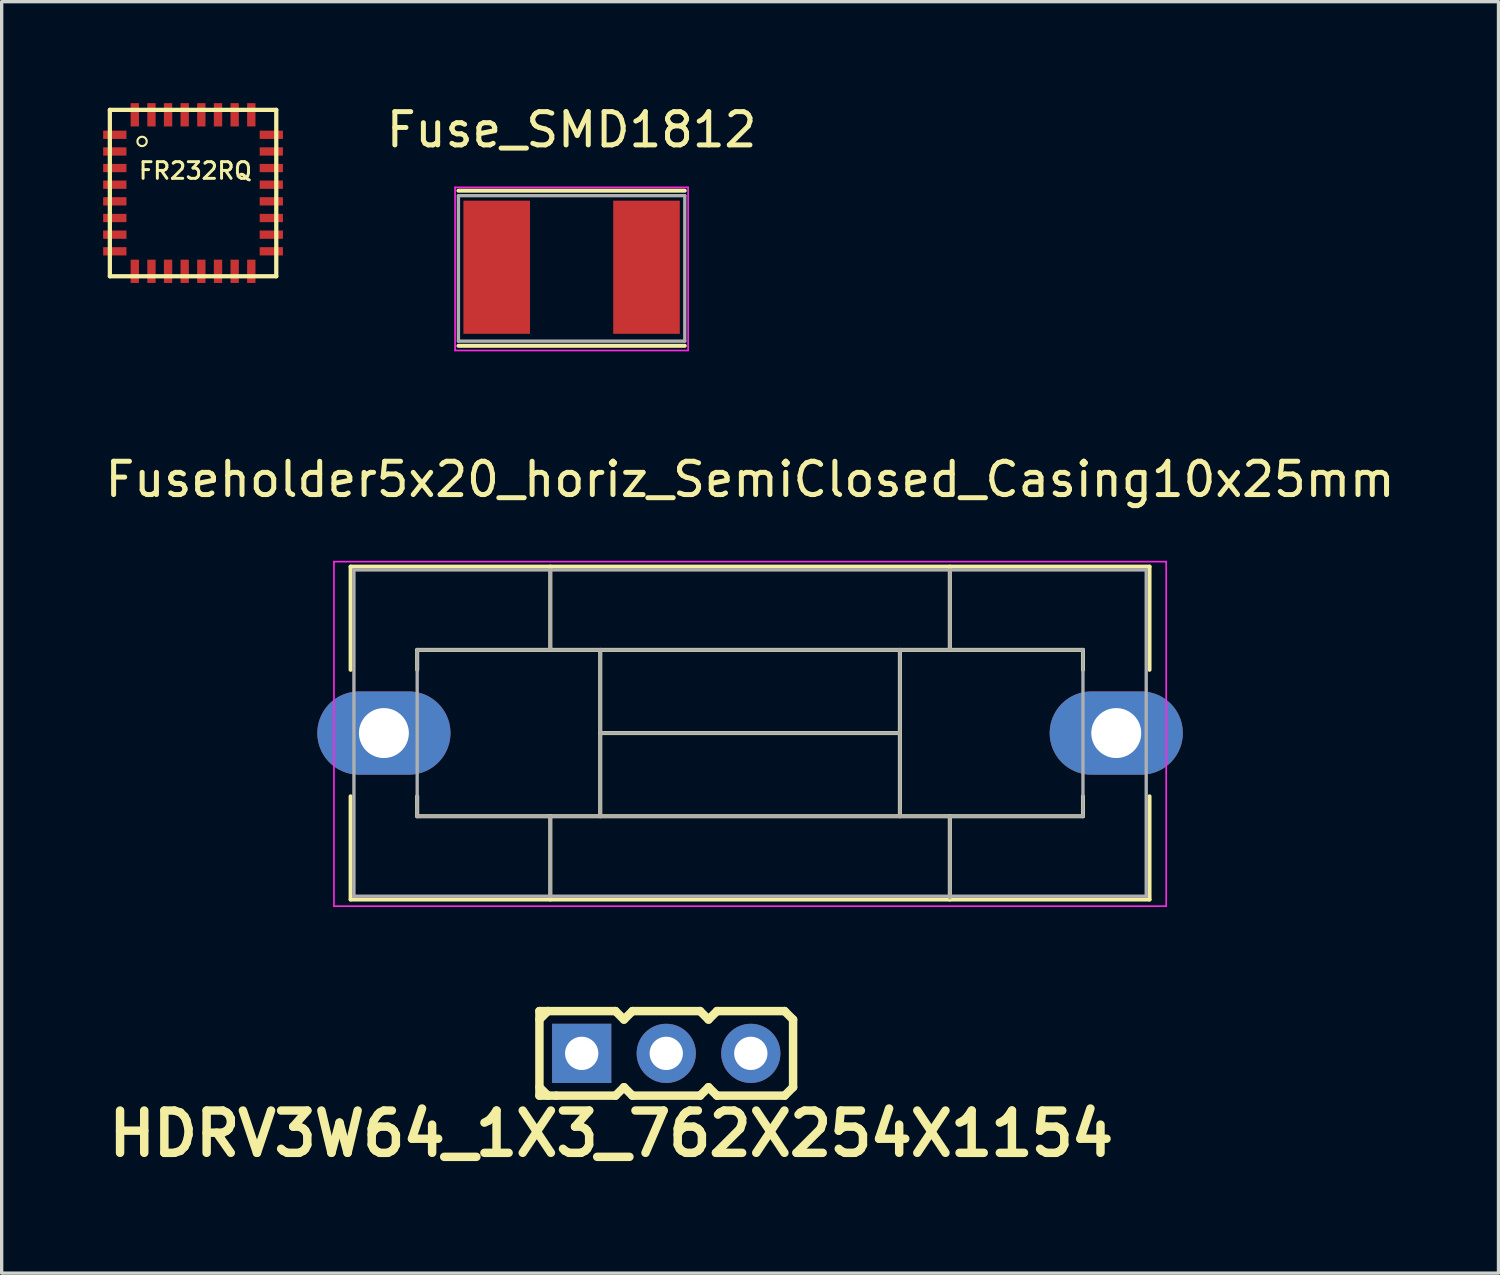
<source format=kicad_pcb>
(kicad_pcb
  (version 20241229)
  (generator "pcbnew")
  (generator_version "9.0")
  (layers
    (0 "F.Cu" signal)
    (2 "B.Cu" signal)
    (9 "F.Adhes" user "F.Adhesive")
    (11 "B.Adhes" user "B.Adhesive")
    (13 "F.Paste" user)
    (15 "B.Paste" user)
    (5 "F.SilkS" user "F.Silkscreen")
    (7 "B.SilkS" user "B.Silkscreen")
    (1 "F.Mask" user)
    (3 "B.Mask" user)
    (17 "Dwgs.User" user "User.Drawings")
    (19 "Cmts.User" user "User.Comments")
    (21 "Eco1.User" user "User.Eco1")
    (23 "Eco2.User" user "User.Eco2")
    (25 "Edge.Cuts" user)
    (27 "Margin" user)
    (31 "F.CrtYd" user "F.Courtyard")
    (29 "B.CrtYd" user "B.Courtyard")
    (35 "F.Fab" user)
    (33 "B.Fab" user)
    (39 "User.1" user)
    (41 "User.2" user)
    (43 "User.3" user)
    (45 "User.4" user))
  (footprint "Fuseholder5x20_horiz_SemiClosed_Casing10x25mm"
    (layer "F.Cu")
    (at 8.482 18.971)
    (property "Reference" "Fuseholder5x20_horiz_SemiClosed_Casing10x25mm" (at 11 -7.62 0) (layer "F.SilkS") (effects (font (size 1 1) (thickness 0.15))))
    (attr through_hole)
    (fp_line (start -1 -5) (end -1 -1.9) (stroke (width 0.12) (type solid)) (layer "F.SilkS"))
    (fp_line (start -1 1.9) (end -1 5) (stroke (width 0.12) (type solid)) (layer "F.SilkS"))
    (fp_line (start -1 5) (end 23 5) (stroke (width 0.12) (type solid)) (layer "F.SilkS"))
    (fp_line (start 1 -2.5) (end 1 -1.9) (stroke (width 0.12) (type solid)) (layer "F.SilkS"))
    (fp_line (start 1 1.9) (end 1 2.5) (stroke (width 0.12) (type solid)) (layer "F.SilkS"))
    (fp_line (start 1 2.5) (end 21 2.5) (stroke (width 0.12) (type solid)) (layer "F.SilkS"))
    (fp_line (start 5 -2.5) (end 5 -5) (stroke (width 0.12) (type solid)) (layer "F.SilkS"))
    (fp_line (start 5 5) (end 5 2.5) (stroke (width 0.12) (type solid)) (layer "F.SilkS"))
    (fp_line (start 6.5 -2.5) (end 6.5 2.5) (stroke (width 0.12) (type solid)) (layer "F.SilkS"))
    (fp_line (start 6.5 0) (end 15.5 0) (stroke (width 0.12) (type solid)) (layer "F.SilkS"))
    (fp_line (start 15.5 -2.5) (end 15.5 2.5) (stroke (width 0.12) (type solid)) (layer "F.SilkS"))
    (fp_line (start 17 -5) (end 17 -2.5) (stroke (width 0.12) (type solid)) (layer "F.SilkS"))
    (fp_line (start 17 5) (end 17 2.5) (stroke (width 0.12) (type solid)) (layer "F.SilkS"))
    (fp_line (start 21 -2.5) (end 1 -2.5) (stroke (width 0.12) (type solid)) (layer "F.SilkS"))
    (fp_line (start 21 -1.9) (end 21 -2.5) (stroke (width 0.12) (type solid)) (layer "F.SilkS"))
    (fp_line (start 21 2.5) (end 21 1.9) (stroke (width 0.12) (type solid)) (layer "F.SilkS"))
    (fp_line (start 23 -5) (end -1 -5) (stroke (width 0.12) (type solid)) (layer "F.SilkS"))
    (fp_line (start 23 -1.9) (end 23 -5) (stroke (width 0.12) (type solid)) (layer "F.SilkS"))
    (fp_line (start 23 5) (end 23 1.9) (stroke (width 0.12) (type solid)) (layer "F.SilkS"))
    (fp_line (start -1.5 -5.15) (end -1.5 5.2) (stroke (width 0.05) (type solid)) (layer "F.CrtYd"))
    (fp_line (start -1.5 -5.15) (end 23.5 -5.15) (stroke (width 0.05) (type solid)) (layer "F.CrtYd"))
    (fp_line (start 23.5 5.2) (end -1.5 5.2) (stroke (width 0.05) (type solid)) (layer "F.CrtYd"))
    (fp_line (start 23.5 5.2) (end 23.5 -5.15) (stroke (width 0.05) (type solid)) (layer "F.CrtYd"))
    (fp_line (start -0.9 -4.9) (end -0.9 4.9) (stroke (width 0.1) (type solid)) (layer "F.Fab"))
    (fp_line (start -0.9 4.9) (end 22.9 4.9) (stroke (width 0.1) (type solid)) (layer "F.Fab"))
    (fp_line (start 1 -2.5) (end 1 2.5) (stroke (width 0.1) (type solid)) (layer "F.Fab"))
    (fp_line (start 1 2.5) (end 21 2.5) (stroke (width 0.1) (type solid)) (layer "F.Fab"))
    (fp_line (start 5 -4.9) (end 5 -2.5) (stroke (width 0.1) (type solid)) (layer "F.Fab"))
    (fp_line (start 5 2.5) (end 5 4.9) (stroke (width 0.1) (type solid)) (layer "F.Fab"))
    (fp_line (start 6.5 -2.5) (end 6.5 2.5) (stroke (width 0.1) (type solid)) (layer "F.Fab"))
    (fp_line (start 6.5 0) (end 15.5 0) (stroke (width 0.1) (type solid)) (layer "F.Fab"))
    (fp_line (start 15.5 -2.5) (end 15.5 2.5) (stroke (width 0.1) (type solid)) (layer "F.Fab"))
    (fp_line (start 17 -2.5) (end 17 -4.9) (stroke (width 0.1) (type solid)) (layer "F.Fab"))
    (fp_line (start 17 2.5) (end 17 4.95) (stroke (width 0.1) (type solid)) (layer "F.Fab"))
    (fp_line (start 21 -2.5) (end 1 -2.5) (stroke (width 0.1) (type solid)) (layer "F.Fab"))
    (fp_line (start 21 2.5) (end 21 -2.5) (stroke (width 0.1) (type solid)) (layer "F.Fab"))
    (fp_line (start 22.9 -4.9) (end -0.9 -4.9) (stroke (width 0.1) (type solid)) (layer "F.Fab"))
    (fp_line (start 22.9 4.9) (end 22.9 -4.9) (stroke (width 0.1) (type solid)) (layer "F.Fab"))
    (pad "1" thru_hole oval (at 0 0 270) (size 2.5 4) (drill 1.5) (layers "*.Cu" "*.Mask"))
    (pad "2" thru_hole oval (at 22 0 270) (size 2.5 4) (drill 1.5) (layers "*.Cu" "*.Mask")))
  (footprint "HDRV3W64_1X3_762X254X1154"
    (layer "F.Cu")
    (at 16.964 28.593)
    (property "Reference" "HDRV3W64_1X3_762X254X1154" (at -1.651 2.413 0) (layer "F.SilkS") (effects (font (size 1.27 1.27) (thickness 0.254))))
    (attr smd)
    (fp_line (start -3.81 -1.27) (end -3.81 1.27) (stroke (width 0.254) (type solid)) (layer "F.SilkS"))
    (fp_line (start -3.81 -1.27) (end -3.556 -1.27) (stroke (width 0.254) (type solid)) (layer "F.SilkS"))
    (fp_line (start -3.81 -1.016) (end -3.556 -1.27) (stroke (width 0.254) (type solid)) (layer "F.SilkS"))
    (fp_line (start -3.556 -1.27) (end -1.524 -1.27) (stroke (width 0.254) (type solid)) (layer "F.SilkS"))
    (fp_line (start -3.556 1.27) (end -3.81 1.016) (stroke (width 0.254) (type solid)) (layer "F.SilkS"))
    (fp_line (start -3.302 1.27) (end -3.81 1.27) (stroke (width 0.254) (type solid)) (layer "F.SilkS"))
    (fp_line (start -1.524 -1.27) (end -1.27 -1.016) (stroke (width 0.254) (type solid)) (layer "F.SilkS"))
    (fp_line (start -1.524 1.27) (end -3.302 1.27) (stroke (width 0.254) (type solid)) (layer "F.SilkS"))
    (fp_line (start -1.27 -1.016) (end -1.016 -1.27) (stroke (width 0.254) (type solid)) (layer "F.SilkS"))
    (fp_line (start -1.27 1.016) (end -1.524 1.27) (stroke (width 0.254) (type solid)) (layer "F.SilkS"))
    (fp_line (start -1.016 -1.27) (end 1.016 -1.27) (stroke (width 0.254) (type solid)) (layer "F.SilkS"))
    (fp_line (start -1.016 1.27) (end -1.27 1.016) (stroke (width 0.254) (type solid)) (layer "F.SilkS"))
    (fp_line (start 1.016 -1.27) (end 1.27 -1.016) (stroke (width 0.254) (type solid)) (layer "F.SilkS"))
    (fp_line (start 1.016 1.27) (end -1.016 1.27) (stroke (width 0.254) (type solid)) (layer "F.SilkS"))
    (fp_line (start 1.016 1.27) (end 1.27 1.016) (stroke (width 0.254) (type solid)) (layer "F.SilkS"))
    (fp_line (start 1.27 -1.016) (end 1.524 -1.27) (stroke (width 0.254) (type solid)) (layer "F.SilkS"))
    (fp_line (start 1.27 1.016) (end 1.524 1.27) (stroke (width 0.254) (type solid)) (layer "F.SilkS"))
    (fp_line (start 1.524 -1.27) (end 3.556 -1.27) (stroke (width 0.254) (type solid)) (layer "F.SilkS"))
    (fp_line (start 3.556 -1.27) (end 3.81 -1.016) (stroke (width 0.254) (type solid)) (layer "F.SilkS"))
    (fp_line (start 3.556 1.27) (end 1.524 1.27) (stroke (width 0.254) (type solid)) (layer "F.SilkS"))
    (fp_line (start 3.81 -1.016) (end 3.81 1.016) (stroke (width 0.254) (type solid)) (layer "F.SilkS"))
    (fp_line (start 3.81 1.016) (end 3.556 1.27) (stroke (width 0.254) (type solid)) (layer "F.SilkS"))
    (pad "1" thru_hole rect (at -2.54 0) (size 1.778 1.778) (drill 1) (layers "*.Cu" "*.Mask"))
    (pad "2" thru_hole circle (at 0 0) (size 1.778 1.778) (drill 1) (layers "*.Cu" "*.Mask"))
    (pad "3" thru_hole circle (at 2.54 0) (size 1.778 1.778) (drill 1) (layers "*.Cu" "*.Mask")))
  (footprint "Fuse_SMD1812"
    (layer "F.Cu")
    (at 14.121 4.978)
    (property "Reference" "Fuse_SMD1812" (at 0 -4.13 0) (layer "F.SilkS") (effects (font (size 1 1) (thickness 0.15))))
    (attr smd)
    (fp_line (start -3.4 -2.3) (end 3.4 -2.3) (stroke (width 0.12) (type solid)) (layer "F.SilkS"))
    (fp_line (start -3.4 2.36) (end 3.4 2.36) (stroke (width 0.12) (type solid)) (layer "F.SilkS"))
    (fp_line (start -3.5 -2.4) (end -3.5 2.5) (stroke (width 0.05) (type solid)) (layer "F.CrtYd"))
    (fp_line (start -3.5 -2.4) (end 3.5 -2.4) (stroke (width 0.05) (type solid)) (layer "F.CrtYd"))
    (fp_line (start -3.5 2.5) (end 3.5 2.5) (stroke (width 0.05) (type solid)) (layer "F.CrtYd"))
    (fp_line (start 3.5 -2.4) (end 3.5 2.5) (stroke (width 0.05) (type solid)) (layer "F.CrtYd"))
    (fp_line (start -3.4 -2.15) (end 3.4 -2.15) (stroke (width 0.1) (type solid)) (layer "F.Fab"))
    (fp_line (start -3.4 2.22) (end -3.4 -2.15) (stroke (width 0.1) (type solid)) (layer "F.Fab"))
    (fp_line (start 3.4 -2.15) (end 3.4 2.22) (stroke (width 0.1) (type solid)) (layer "F.Fab"))
    (fp_line (start 3.4 2.22) (end -3.4 2.22) (stroke (width 0.1) (type solid)) (layer "F.Fab"))
    (pad "1" smd rect (at -2.25 0 90) (size 4 2) (layers "F.Cu" "F.Mask" "F.Paste"))
    (pad "2" smd rect (at 2.25 0 90) (size 4 2) (layers "F.Cu" "F.Mask" "F.Paste")))
  (footprint "FR232RQ"
    (layer "F.Cu")
    (at 0.25 0.25)
    (property "Reference" "FR232RQ" (at 2.57 1.83 0) (layer "F.SilkS") (effects (font (size 0.5 0.5) (thickness 0.089))))
    (attr smd)
    (fp_line (start 0 0) (end 4.999 0) (stroke (width 0.127) (type solid)) (layer "F.SilkS"))
    (fp_line (start 0 4.999) (end 0 0) (stroke (width 0.127) (type solid)) (layer "F.SilkS"))
    (fp_line (start 4.999 0) (end 4.999 4.999) (stroke (width 0.127) (type solid)) (layer "F.SilkS"))
    (fp_line (start 4.999 4.999) (end 0 4.999) (stroke (width 0.127) (type solid)) (layer "F.SilkS"))
    (fp_circle (center 0.968 0.948) (end 1.067 1.047) (stroke (width 0.064) (type solid)) (fill no) (layer "F.SilkS"))
    (pad "1" smd rect (at 0.149 0.749) (size 0.7 0.249) (layers "F.Cu" "F.Mask" "F.Paste"))
    (pad "2" smd rect (at 0.149 1.25) (size 0.7 0.249) (layers "F.Cu" "F.Mask" "F.Paste"))
    (pad "3" smd rect (at 0.149 1.748) (size 0.7 0.249) (layers "F.Cu" "F.Mask" "F.Paste"))
    (pad "4" smd rect (at 0.149 2.248) (size 0.7 0.249) (layers "F.Cu" "F.Mask" "F.Paste"))
    (pad "5" smd rect (at 0.149 2.748) (size 0.7 0.249) (layers "F.Cu" "F.Mask" "F.Paste"))
    (pad "6" smd rect (at 0.149 3.249) (size 0.7 0.249) (layers "F.Cu" "F.Mask" "F.Paste"))
    (pad "7" smd rect (at 0.149 3.749) (size 0.7 0.249) (layers "F.Cu" "F.Mask" "F.Paste"))
    (pad "8" smd rect (at 0.149 4.249) (size 0.7 0.249) (layers "F.Cu" "F.Mask" "F.Paste"))
    (pad "9" smd rect (at 0.749 4.85) (size 0.25 0.7) (layers "F.Cu" "F.Mask" "F.Paste"))
    (pad "10" smd rect (at 1.25 4.85) (size 0.25 0.7) (layers "F.Cu" "F.Mask" "F.Paste"))
    (pad "11" smd rect (at 1.748 4.85) (size 0.25 0.7) (layers "F.Cu" "F.Mask" "F.Paste"))
    (pad "12" smd rect (at 2.248 4.85) (size 0.25 0.7) (layers "F.Cu" "F.Mask" "F.Paste"))
    (pad "13" smd rect (at 2.748 4.85) (size 0.25 0.7) (layers "F.Cu" "F.Mask" "F.Paste"))
    (pad "14" smd rect (at 3.249 4.85) (size 0.25 0.7) (layers "F.Cu" "F.Mask" "F.Paste"))
    (pad "15" smd rect (at 3.749 4.85) (size 0.25 0.7) (layers "F.Cu" "F.Mask" "F.Paste"))
    (pad "16" smd rect (at 4.249 4.85) (size 0.25 0.7) (layers "F.Cu" "F.Mask" "F.Paste"))
    (pad "17" smd rect (at 4.85 4.249) (size 0.698 0.249) (layers "F.Cu" "F.Mask" "F.Paste"))
    (pad "18" smd rect (at 4.85 3.749) (size 0.698 0.249) (layers "F.Cu" "F.Mask" "F.Paste"))
    (pad "19" smd rect (at 4.85 3.249) (size 0.698 0.249) (layers "F.Cu" "F.Mask" "F.Paste"))
    (pad "20" smd rect (at 4.85 2.748) (size 0.698 0.249) (layers "F.Cu" "F.Mask" "F.Paste"))
    (pad "21" smd rect (at 4.85 2.248) (size 0.698 0.249) (layers "F.Cu" "F.Mask" "F.Paste"))
    (pad "22" smd rect (at 4.85 1.748) (size 0.698 0.249) (layers "F.Cu" "F.Mask" "F.Paste"))
    (pad "23" smd rect (at 4.85 1.25) (size 0.698 0.249) (layers "F.Cu" "F.Mask" "F.Paste"))
    (pad "24" smd rect (at 4.85 0.749) (size 0.698 0.249) (layers "F.Cu" "F.Mask" "F.Paste"))
    (pad "25" smd rect (at 4.249 0.149) (size 0.25 0.7) (layers "F.Cu" "F.Mask" "F.Paste"))
    (pad "26" smd rect (at 3.749 0.149) (size 0.25 0.7) (layers "F.Cu" "F.Mask" "F.Paste"))
    (pad "27" smd rect (at 3.249 0.149) (size 0.25 0.7) (layers "F.Cu" "F.Mask" "F.Paste"))
    (pad "28" smd rect (at 2.748 0.149) (size 0.25 0.7) (layers "F.Cu" "F.Mask" "F.Paste"))
    (pad "29" smd rect (at 2.248 0.149) (size 0.25 0.7) (layers "F.Cu" "F.Mask" "F.Paste"))
    (pad "30" smd rect (at 1.748 0.149) (size 0.25 0.7) (layers "F.Cu" "F.Mask" "F.Paste"))
    (pad "31" smd rect (at 1.25 0.149) (size 0.25 0.7) (layers "F.Cu" "F.Mask" "F.Paste"))
    (pad "32" smd rect (at 0.749 0.149) (size 0.25 0.7) (layers "F.Cu" "F.Mask" "F.Paste")))
  (gr_rect
    (start -3 -3)
    (end 41.964 35.195)
    (stroke (width 0.1) (type default))
    (fill no)
    (layer "Edge.Cuts")))
</source>
